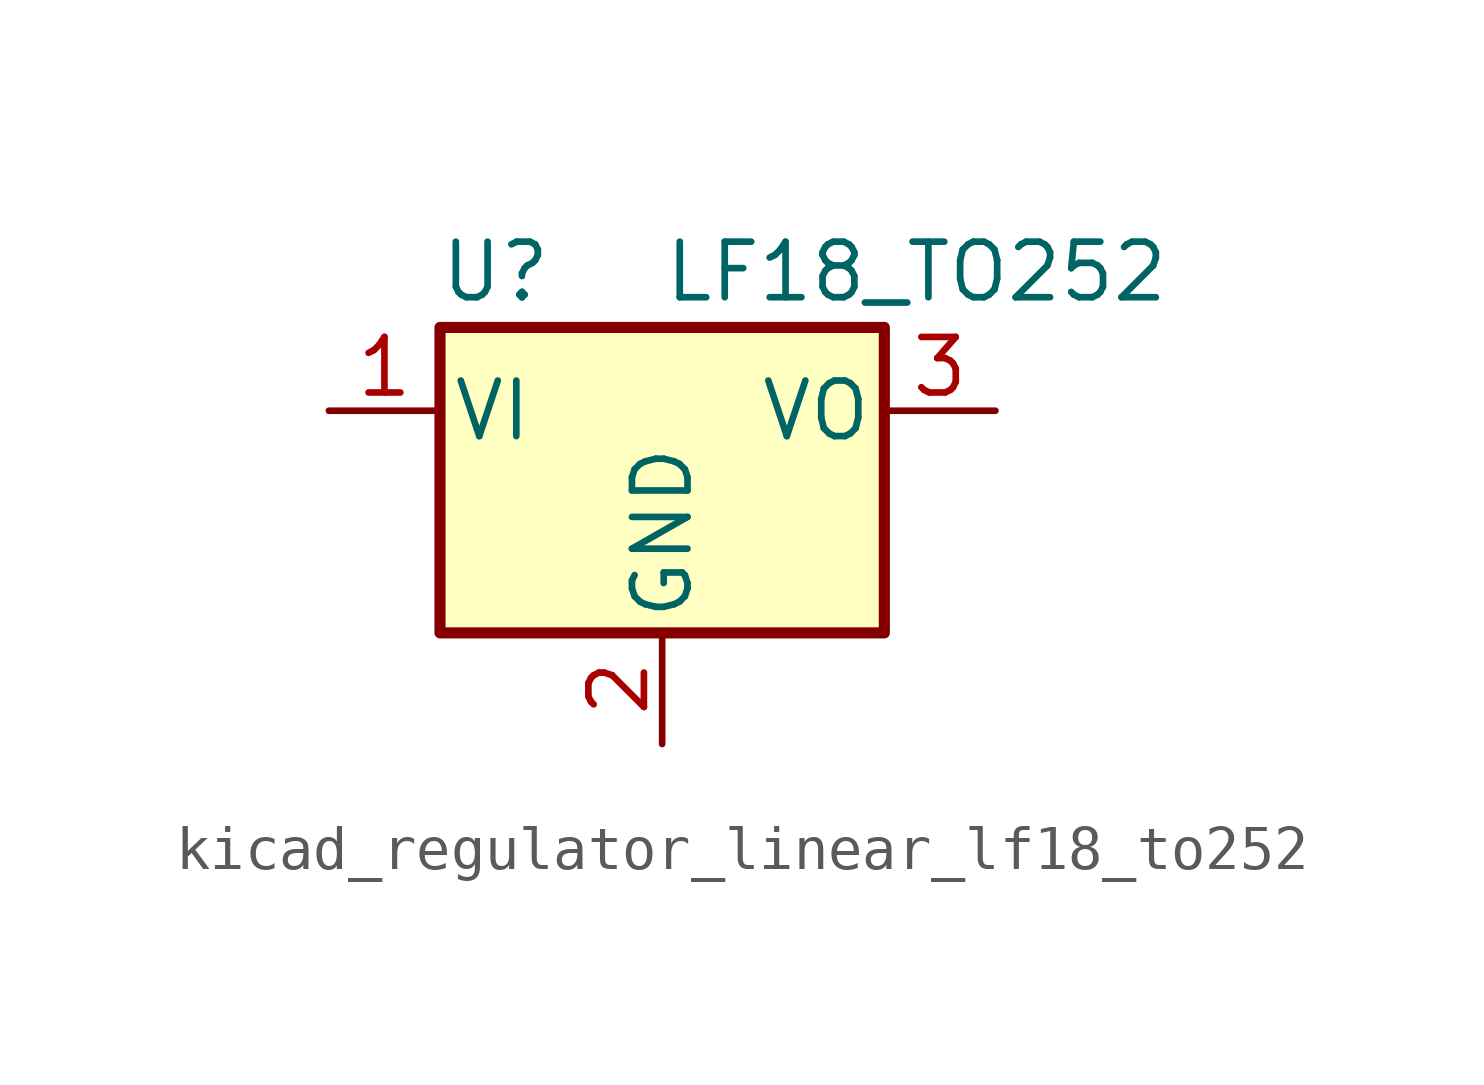
<source format=kicad_sym>
(kicad_symbol_lib
  (version 20220914)
  (generator kicad_symbol_editor)
  (symbol "kicad_regulator_linear_lf18_to252"
    (pin_names
      (offset 0.254))
    (property "Reference" "U"
      (at -3.81 3.175 0)
      (effects (font (size 1.27 1.27))))
    (property "Value" "LF18_TO252"
      (at 0 3.175 0)
      (effects (font (size 1.27 1.27)) (justify left)))
    (symbol "kicad_regulator_linear_lf18_to252_0_1"
      (rectangle (start -5.08 1.905) (end 5.08 -5.08) (stroke (width 0.254) (type default)) (fill (type background))))
    (symbol "kicad_regulator_linear_lf18_to252_1_1"
      (pin power_in line (at -7.62 0 0) (length 2.54) (name "VI" (effects (font (size 1.27 1.27)))) (number "1" (effects (font (size 1.27 1.27)))))
      (pin power_in line (at 0 -7.62 90) (length 2.54) (name "GND" (effects (font (size 1.27 1.27)))) (number "2" (effects (font (size 1.27 1.27)))))
      (pin power_out line (at 7.62 0 180) (length 2.54) (name "VO" (effects (font (size 1.27 1.27)))) (number "3" (effects (font (size 1.27 1.27))))))))
</source>
